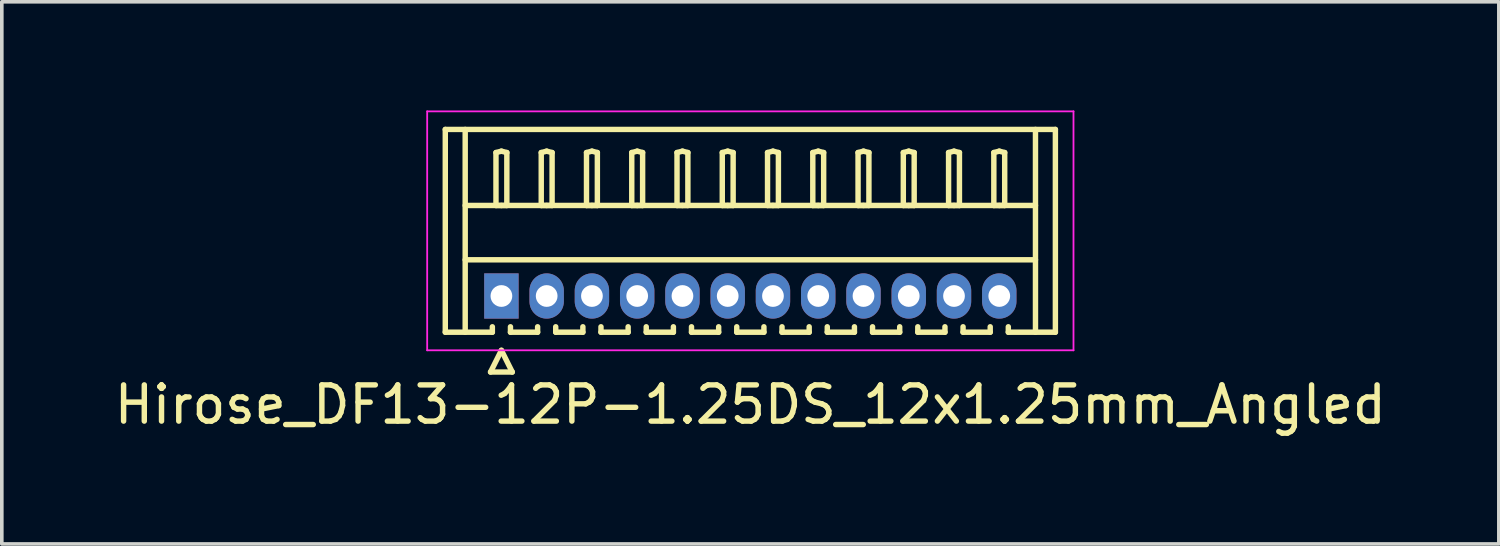
<source format=kicad_pcb>
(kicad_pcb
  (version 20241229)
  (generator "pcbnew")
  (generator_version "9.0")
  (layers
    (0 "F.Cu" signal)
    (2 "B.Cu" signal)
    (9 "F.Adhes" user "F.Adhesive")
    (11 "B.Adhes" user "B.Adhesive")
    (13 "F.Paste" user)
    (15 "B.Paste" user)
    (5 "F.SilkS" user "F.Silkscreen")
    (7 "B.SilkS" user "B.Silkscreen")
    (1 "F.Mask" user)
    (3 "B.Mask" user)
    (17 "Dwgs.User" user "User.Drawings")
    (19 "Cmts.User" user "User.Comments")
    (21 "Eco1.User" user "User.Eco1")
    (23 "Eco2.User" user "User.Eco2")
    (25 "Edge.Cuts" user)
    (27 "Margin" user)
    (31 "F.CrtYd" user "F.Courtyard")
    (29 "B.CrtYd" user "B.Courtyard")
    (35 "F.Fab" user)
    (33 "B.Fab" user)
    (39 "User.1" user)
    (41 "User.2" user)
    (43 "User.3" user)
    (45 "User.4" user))
  (footprint "Hirose_DF13-12P-1.25DS_12x1.25mm_Angled"
    (layer "F.Cu")
    (at 10.798 5.125)
    (property "Reference" "Hirose_DF13-12P-1.25DS_12x1.25mm_Angled" (at 6.875 3 0) (layer "F.SilkS") (effects (font (size 1 1) (thickness 0.15))))
    (attr through_hole)
    (fp_line (start -1.55 -4.6) (end 15.3 -4.6) (stroke (width 0.15) (type solid)) (layer "F.SilkS"))
    (fp_line (start -1.55 1) (end -1.55 -4.6) (stroke (width 0.15) (type solid)) (layer "F.SilkS"))
    (fp_line (start -1 -4.6) (end -1 1) (stroke (width 0.15) (type solid)) (layer "F.SilkS"))
    (fp_line (start -1 -2.5) (end 14.75 -2.5) (stroke (width 0.15) (type solid)) (layer "F.SilkS"))
    (fp_line (start -1 -1) (end 14.75 -1) (stroke (width 0.15) (type solid)) (layer "F.SilkS"))
    (fp_line (start -0.3 2.1) (end 0.3 2.1) (stroke (width 0.15) (type solid)) (layer "F.SilkS"))
    (fp_line (start -0.25 0.85) (end -0.25 1) (stroke (width 0.15) (type solid)) (layer "F.SilkS"))
    (fp_line (start -0.25 1) (end -1.55 1) (stroke (width 0.15) (type solid)) (layer "F.SilkS"))
    (fp_line (start -0.15 -3.962) (end 0 -4) (stroke (width 0.15) (type solid)) (layer "F.SilkS"))
    (fp_line (start -0.15 -2.5) (end -0.15 -3.962) (stroke (width 0.15) (type solid)) (layer "F.SilkS"))
    (fp_line (start 0 -4) (end 0.15 -3.962) (stroke (width 0.15) (type solid)) (layer "F.SilkS"))
    (fp_line (start 0 -2.5) (end -0.15 -2.5) (stroke (width 0.15) (type solid)) (layer "F.SilkS"))
    (fp_line (start 0 1.5) (end -0.3 2.1) (stroke (width 0.15) (type solid)) (layer "F.SilkS"))
    (fp_line (start 0.15 -3.962) (end 0.15 -2.5) (stroke (width 0.15) (type solid)) (layer "F.SilkS"))
    (fp_line (start 0.15 -2.5) (end 0 -2.5) (stroke (width 0.15) (type solid)) (layer "F.SilkS"))
    (fp_line (start 0.25 0.85) (end 0.25 1) (stroke (width 0.15) (type solid)) (layer "F.SilkS"))
    (fp_line (start 0.25 1) (end 1 1) (stroke (width 0.15) (type solid)) (layer "F.SilkS"))
    (fp_line (start 0.3 2.1) (end 0 1.5) (stroke (width 0.15) (type solid)) (layer "F.SilkS"))
    (fp_line (start 1 1) (end 1 0.85) (stroke (width 0.15) (type solid)) (layer "F.SilkS"))
    (fp_line (start 1.1 -3.962) (end 1.25 -4) (stroke (width 0.15) (type solid)) (layer "F.SilkS"))
    (fp_line (start 1.1 -2.5) (end 1.1 -3.962) (stroke (width 0.15) (type solid)) (layer "F.SilkS"))
    (fp_line (start 1.25 -4) (end 1.4 -3.962) (stroke (width 0.15) (type solid)) (layer "F.SilkS"))
    (fp_line (start 1.25 -2.5) (end 1.1 -2.5) (stroke (width 0.15) (type solid)) (layer "F.SilkS"))
    (fp_line (start 1.4 -3.962) (end 1.4 -2.5) (stroke (width 0.15) (type solid)) (layer "F.SilkS"))
    (fp_line (start 1.4 -2.5) (end 1.25 -2.5) (stroke (width 0.15) (type solid)) (layer "F.SilkS"))
    (fp_line (start 1.5 0.85) (end 1.5 1) (stroke (width 0.15) (type solid)) (layer "F.SilkS"))
    (fp_line (start 1.5 1) (end 2.25 1) (stroke (width 0.15) (type solid)) (layer "F.SilkS"))
    (fp_line (start 2.25 1) (end 2.25 0.85) (stroke (width 0.15) (type solid)) (layer "F.SilkS"))
    (fp_line (start 2.35 -3.962) (end 2.5 -4) (stroke (width 0.15) (type solid)) (layer "F.SilkS"))
    (fp_line (start 2.35 -2.5) (end 2.35 -3.962) (stroke (width 0.15) (type solid)) (layer "F.SilkS"))
    (fp_line (start 2.5 -4) (end 2.65 -3.962) (stroke (width 0.15) (type solid)) (layer "F.SilkS"))
    (fp_line (start 2.5 -2.5) (end 2.35 -2.5) (stroke (width 0.15) (type solid)) (layer "F.SilkS"))
    (fp_line (start 2.65 -3.962) (end 2.65 -2.5) (stroke (width 0.15) (type solid)) (layer "F.SilkS"))
    (fp_line (start 2.65 -2.5) (end 2.5 -2.5) (stroke (width 0.15) (type solid)) (layer "F.SilkS"))
    (fp_line (start 2.75 0.85) (end 2.75 1) (stroke (width 0.15) (type solid)) (layer "F.SilkS"))
    (fp_line (start 2.75 1) (end 3.5 1) (stroke (width 0.15) (type solid)) (layer "F.SilkS"))
    (fp_line (start 3.5 1) (end 3.5 0.85) (stroke (width 0.15) (type solid)) (layer "F.SilkS"))
    (fp_line (start 3.6 -3.962) (end 3.75 -4) (stroke (width 0.15) (type solid)) (layer "F.SilkS"))
    (fp_line (start 3.6 -2.5) (end 3.6 -3.962) (stroke (width 0.15) (type solid)) (layer "F.SilkS"))
    (fp_line (start 3.75 -4) (end 3.9 -3.962) (stroke (width 0.15) (type solid)) (layer "F.SilkS"))
    (fp_line (start 3.75 -2.5) (end 3.6 -2.5) (stroke (width 0.15) (type solid)) (layer "F.SilkS"))
    (fp_line (start 3.9 -3.962) (end 3.9 -2.5) (stroke (width 0.15) (type solid)) (layer "F.SilkS"))
    (fp_line (start 3.9 -2.5) (end 3.75 -2.5) (stroke (width 0.15) (type solid)) (layer "F.SilkS"))
    (fp_line (start 4 0.85) (end 4 1) (stroke (width 0.15) (type solid)) (layer "F.SilkS"))
    (fp_line (start 4 1) (end 4.75 1) (stroke (width 0.15) (type solid)) (layer "F.SilkS"))
    (fp_line (start 4.75 1) (end 4.75 0.85) (stroke (width 0.15) (type solid)) (layer "F.SilkS"))
    (fp_line (start 4.85 -3.962) (end 5 -4) (stroke (width 0.15) (type solid)) (layer "F.SilkS"))
    (fp_line (start 4.85 -2.5) (end 4.85 -3.962) (stroke (width 0.15) (type solid)) (layer "F.SilkS"))
    (fp_line (start 5 -4) (end 5.15 -3.962) (stroke (width 0.15) (type solid)) (layer "F.SilkS"))
    (fp_line (start 5 -2.5) (end 4.85 -2.5) (stroke (width 0.15) (type solid)) (layer "F.SilkS"))
    (fp_line (start 5.15 -3.962) (end 5.15 -2.5) (stroke (width 0.15) (type solid)) (layer "F.SilkS"))
    (fp_line (start 5.15 -2.5) (end 5 -2.5) (stroke (width 0.15) (type solid)) (layer "F.SilkS"))
    (fp_line (start 5.25 0.85) (end 5.25 1) (stroke (width 0.15) (type solid)) (layer "F.SilkS"))
    (fp_line (start 5.25 1) (end 6 1) (stroke (width 0.15) (type solid)) (layer "F.SilkS"))
    (fp_line (start 6 1) (end 6 0.85) (stroke (width 0.15) (type solid)) (layer "F.SilkS"))
    (fp_line (start 6.1 -3.962) (end 6.25 -4) (stroke (width 0.15) (type solid)) (layer "F.SilkS"))
    (fp_line (start 6.1 -2.5) (end 6.1 -3.962) (stroke (width 0.15) (type solid)) (layer "F.SilkS"))
    (fp_line (start 6.25 -4) (end 6.4 -3.962) (stroke (width 0.15) (type solid)) (layer "F.SilkS"))
    (fp_line (start 6.25 -2.5) (end 6.1 -2.5) (stroke (width 0.15) (type solid)) (layer "F.SilkS"))
    (fp_line (start 6.4 -3.962) (end 6.4 -2.5) (stroke (width 0.15) (type solid)) (layer "F.SilkS"))
    (fp_line (start 6.4 -2.5) (end 6.25 -2.5) (stroke (width 0.15) (type solid)) (layer "F.SilkS"))
    (fp_line (start 6.5 0.85) (end 6.5 1) (stroke (width 0.15) (type solid)) (layer "F.SilkS"))
    (fp_line (start 6.5 1) (end 7.25 1) (stroke (width 0.15) (type solid)) (layer "F.SilkS"))
    (fp_line (start 7.25 1) (end 7.25 0.85) (stroke (width 0.15) (type solid)) (layer "F.SilkS"))
    (fp_line (start 7.35 -3.962) (end 7.5 -4) (stroke (width 0.15) (type solid)) (layer "F.SilkS"))
    (fp_line (start 7.35 -2.5) (end 7.35 -3.962) (stroke (width 0.15) (type solid)) (layer "F.SilkS"))
    (fp_line (start 7.5 -4) (end 7.65 -3.962) (stroke (width 0.15) (type solid)) (layer "F.SilkS"))
    (fp_line (start 7.5 -2.5) (end 7.35 -2.5) (stroke (width 0.15) (type solid)) (layer "F.SilkS"))
    (fp_line (start 7.65 -3.962) (end 7.65 -2.5) (stroke (width 0.15) (type solid)) (layer "F.SilkS"))
    (fp_line (start 7.65 -2.5) (end 7.5 -2.5) (stroke (width 0.15) (type solid)) (layer "F.SilkS"))
    (fp_line (start 7.75 0.85) (end 7.75 1) (stroke (width 0.15) (type solid)) (layer "F.SilkS"))
    (fp_line (start 7.75 1) (end 8.5 1) (stroke (width 0.15) (type solid)) (layer "F.SilkS"))
    (fp_line (start 8.5 1) (end 8.5 0.85) (stroke (width 0.15) (type solid)) (layer "F.SilkS"))
    (fp_line (start 8.6 -3.962) (end 8.75 -4) (stroke (width 0.15) (type solid)) (layer "F.SilkS"))
    (fp_line (start 8.6 -2.5) (end 8.6 -3.962) (stroke (width 0.15) (type solid)) (layer "F.SilkS"))
    (fp_line (start 8.75 -4) (end 8.9 -3.962) (stroke (width 0.15) (type solid)) (layer "F.SilkS"))
    (fp_line (start 8.75 -2.5) (end 8.6 -2.5) (stroke (width 0.15) (type solid)) (layer "F.SilkS"))
    (fp_line (start 8.9 -3.962) (end 8.9 -2.5) (stroke (width 0.15) (type solid)) (layer "F.SilkS"))
    (fp_line (start 8.9 -2.5) (end 8.75 -2.5) (stroke (width 0.15) (type solid)) (layer "F.SilkS"))
    (fp_line (start 9 0.85) (end 9 1) (stroke (width 0.15) (type solid)) (layer "F.SilkS"))
    (fp_line (start 9 1) (end 9.75 1) (stroke (width 0.15) (type solid)) (layer "F.SilkS"))
    (fp_line (start 9.75 1) (end 9.75 0.85) (stroke (width 0.15) (type solid)) (layer "F.SilkS"))
    (fp_line (start 9.85 -3.962) (end 10 -4) (stroke (width 0.15) (type solid)) (layer "F.SilkS"))
    (fp_line (start 9.85 -2.5) (end 9.85 -3.962) (stroke (width 0.15) (type solid)) (layer "F.SilkS"))
    (fp_line (start 10 -4) (end 10.15 -3.962) (stroke (width 0.15) (type solid)) (layer "F.SilkS"))
    (fp_line (start 10 -2.5) (end 9.85 -2.5) (stroke (width 0.15) (type solid)) (layer "F.SilkS"))
    (fp_line (start 10.15 -3.962) (end 10.15 -2.5) (stroke (width 0.15) (type solid)) (layer "F.SilkS"))
    (fp_line (start 10.15 -2.5) (end 10 -2.5) (stroke (width 0.15) (type solid)) (layer "F.SilkS"))
    (fp_line (start 10.25 0.85) (end 10.25 1) (stroke (width 0.15) (type solid)) (layer "F.SilkS"))
    (fp_line (start 10.25 1) (end 11 1) (stroke (width 0.15) (type solid)) (layer "F.SilkS"))
    (fp_line (start 11 1) (end 11 0.85) (stroke (width 0.15) (type solid)) (layer "F.SilkS"))
    (fp_line (start 11.1 -3.962) (end 11.25 -4) (stroke (width 0.15) (type solid)) (layer "F.SilkS"))
    (fp_line (start 11.1 -2.5) (end 11.1 -3.962) (stroke (width 0.15) (type solid)) (layer "F.SilkS"))
    (fp_line (start 11.25 -4) (end 11.4 -3.962) (stroke (width 0.15) (type solid)) (layer "F.SilkS"))
    (fp_line (start 11.25 -2.5) (end 11.1 -2.5) (stroke (width 0.15) (type solid)) (layer "F.SilkS"))
    (fp_line (start 11.4 -3.962) (end 11.4 -2.5) (stroke (width 0.15) (type solid)) (layer "F.SilkS"))
    (fp_line (start 11.4 -2.5) (end 11.25 -2.5) (stroke (width 0.15) (type solid)) (layer "F.SilkS"))
    (fp_line (start 11.5 0.85) (end 11.5 1) (stroke (width 0.15) (type solid)) (layer "F.SilkS"))
    (fp_line (start 11.5 1) (end 12.25 1) (stroke (width 0.15) (type solid)) (layer "F.SilkS"))
    (fp_line (start 12.25 1) (end 12.25 0.85) (stroke (width 0.15) (type solid)) (layer "F.SilkS"))
    (fp_line (start 12.35 -3.962) (end 12.5 -4) (stroke (width 0.15) (type solid)) (layer "F.SilkS"))
    (fp_line (start 12.35 -2.5) (end 12.35 -3.962) (stroke (width 0.15) (type solid)) (layer "F.SilkS"))
    (fp_line (start 12.5 -4) (end 12.65 -3.962) (stroke (width 0.15) (type solid)) (layer "F.SilkS"))
    (fp_line (start 12.5 -2.5) (end 12.35 -2.5) (stroke (width 0.15) (type solid)) (layer "F.SilkS"))
    (fp_line (start 12.65 -3.962) (end 12.65 -2.5) (stroke (width 0.15) (type solid)) (layer "F.SilkS"))
    (fp_line (start 12.65 -2.5) (end 12.5 -2.5) (stroke (width 0.15) (type solid)) (layer "F.SilkS"))
    (fp_line (start 12.75 0.85) (end 12.75 1) (stroke (width 0.15) (type solid)) (layer "F.SilkS"))
    (fp_line (start 12.75 1) (end 13.5 1) (stroke (width 0.15) (type solid)) (layer "F.SilkS"))
    (fp_line (start 13.5 1) (end 13.5 0.85) (stroke (width 0.15) (type solid)) (layer "F.SilkS"))
    (fp_line (start 13.6 -3.962) (end 13.75 -4) (stroke (width 0.15) (type solid)) (layer "F.SilkS"))
    (fp_line (start 13.6 -2.5) (end 13.6 -3.962) (stroke (width 0.15) (type solid)) (layer "F.SilkS"))
    (fp_line (start 13.75 -4) (end 13.9 -3.962) (stroke (width 0.15) (type solid)) (layer "F.SilkS"))
    (fp_line (start 13.75 -2.5) (end 13.6 -2.5) (stroke (width 0.15) (type solid)) (layer "F.SilkS"))
    (fp_line (start 13.9 -3.962) (end 13.9 -2.5) (stroke (width 0.15) (type solid)) (layer "F.SilkS"))
    (fp_line (start 13.9 -2.5) (end 13.75 -2.5) (stroke (width 0.15) (type solid)) (layer "F.SilkS"))
    (fp_line (start 14 1) (end 14 0.85) (stroke (width 0.15) (type solid)) (layer "F.SilkS"))
    (fp_line (start 14.75 -4.6) (end 14.75 1) (stroke (width 0.15) (type solid)) (layer "F.SilkS"))
    (fp_line (start 15.3 -4.6) (end 15.3 1) (stroke (width 0.15) (type solid)) (layer "F.SilkS"))
    (fp_line (start 15.3 1) (end 14 1) (stroke (width 0.15) (type solid)) (layer "F.SilkS"))
    (fp_line (start -2.05 -5.1) (end -2.05 1.5) (stroke (width 0.05) (type solid)) (layer "F.CrtYd"))
    (fp_line (start -2.05 1.5) (end 15.8 1.5) (stroke (width 0.05) (type solid)) (layer "F.CrtYd"))
    (fp_line (start 15.8 -5.1) (end -2.05 -5.1) (stroke (width 0.05) (type solid)) (layer "F.CrtYd"))
    (fp_line (start 15.8 1.5) (end 15.8 -5.1) (stroke (width 0.05) (type solid)) (layer "F.CrtYd"))
    (pad "1" thru_hole rect (at 0 0) (size 0.95 1.25) (drill 0.6) (layers "*.Cu" "*.Mask"))
    (pad "2" thru_hole oval (at 1.25 0) (size 0.95 1.25) (drill 0.6) (layers "*.Cu" "*.Mask"))
    (pad "3" thru_hole oval (at 2.5 0) (size 0.95 1.25) (drill 0.6) (layers "*.Cu" "*.Mask"))
    (pad "4" thru_hole oval (at 3.75 0) (size 0.95 1.25) (drill 0.6) (layers "*.Cu" "*.Mask"))
    (pad "5" thru_hole oval (at 5 0) (size 0.95 1.25) (drill 0.6) (layers "*.Cu" "*.Mask"))
    (pad "6" thru_hole oval (at 6.25 0) (size 0.95 1.25) (drill 0.6) (layers "*.Cu" "*.Mask"))
    (pad "7" thru_hole oval (at 7.5 0) (size 0.95 1.25) (drill 0.6) (layers "*.Cu" "*.Mask"))
    (pad "8" thru_hole oval (at 8.75 0) (size 0.95 1.25) (drill 0.6) (layers "*.Cu" "*.Mask"))
    (pad "9" thru_hole oval (at 10 0) (size 0.95 1.25) (drill 0.6) (layers "*.Cu" "*.Mask"))
    (pad "10" thru_hole oval (at 11.25 0) (size 0.95 1.25) (drill 0.6) (layers "*.Cu" "*.Mask"))
    (pad "11" thru_hole oval (at 12.5 0) (size 0.95 1.25) (drill 0.6) (layers "*.Cu" "*.Mask"))
    (pad "12" thru_hole oval (at 13.75 0) (size 0.95 1.25) (drill 0.6) (layers "*.Cu" "*.Mask")))
  (gr_rect
    (start -3 -3)
    (end 38.345 11.973)
    (stroke (width 0.1) (type default))
    (fill no)
    (layer "Edge.Cuts")))
</source>
